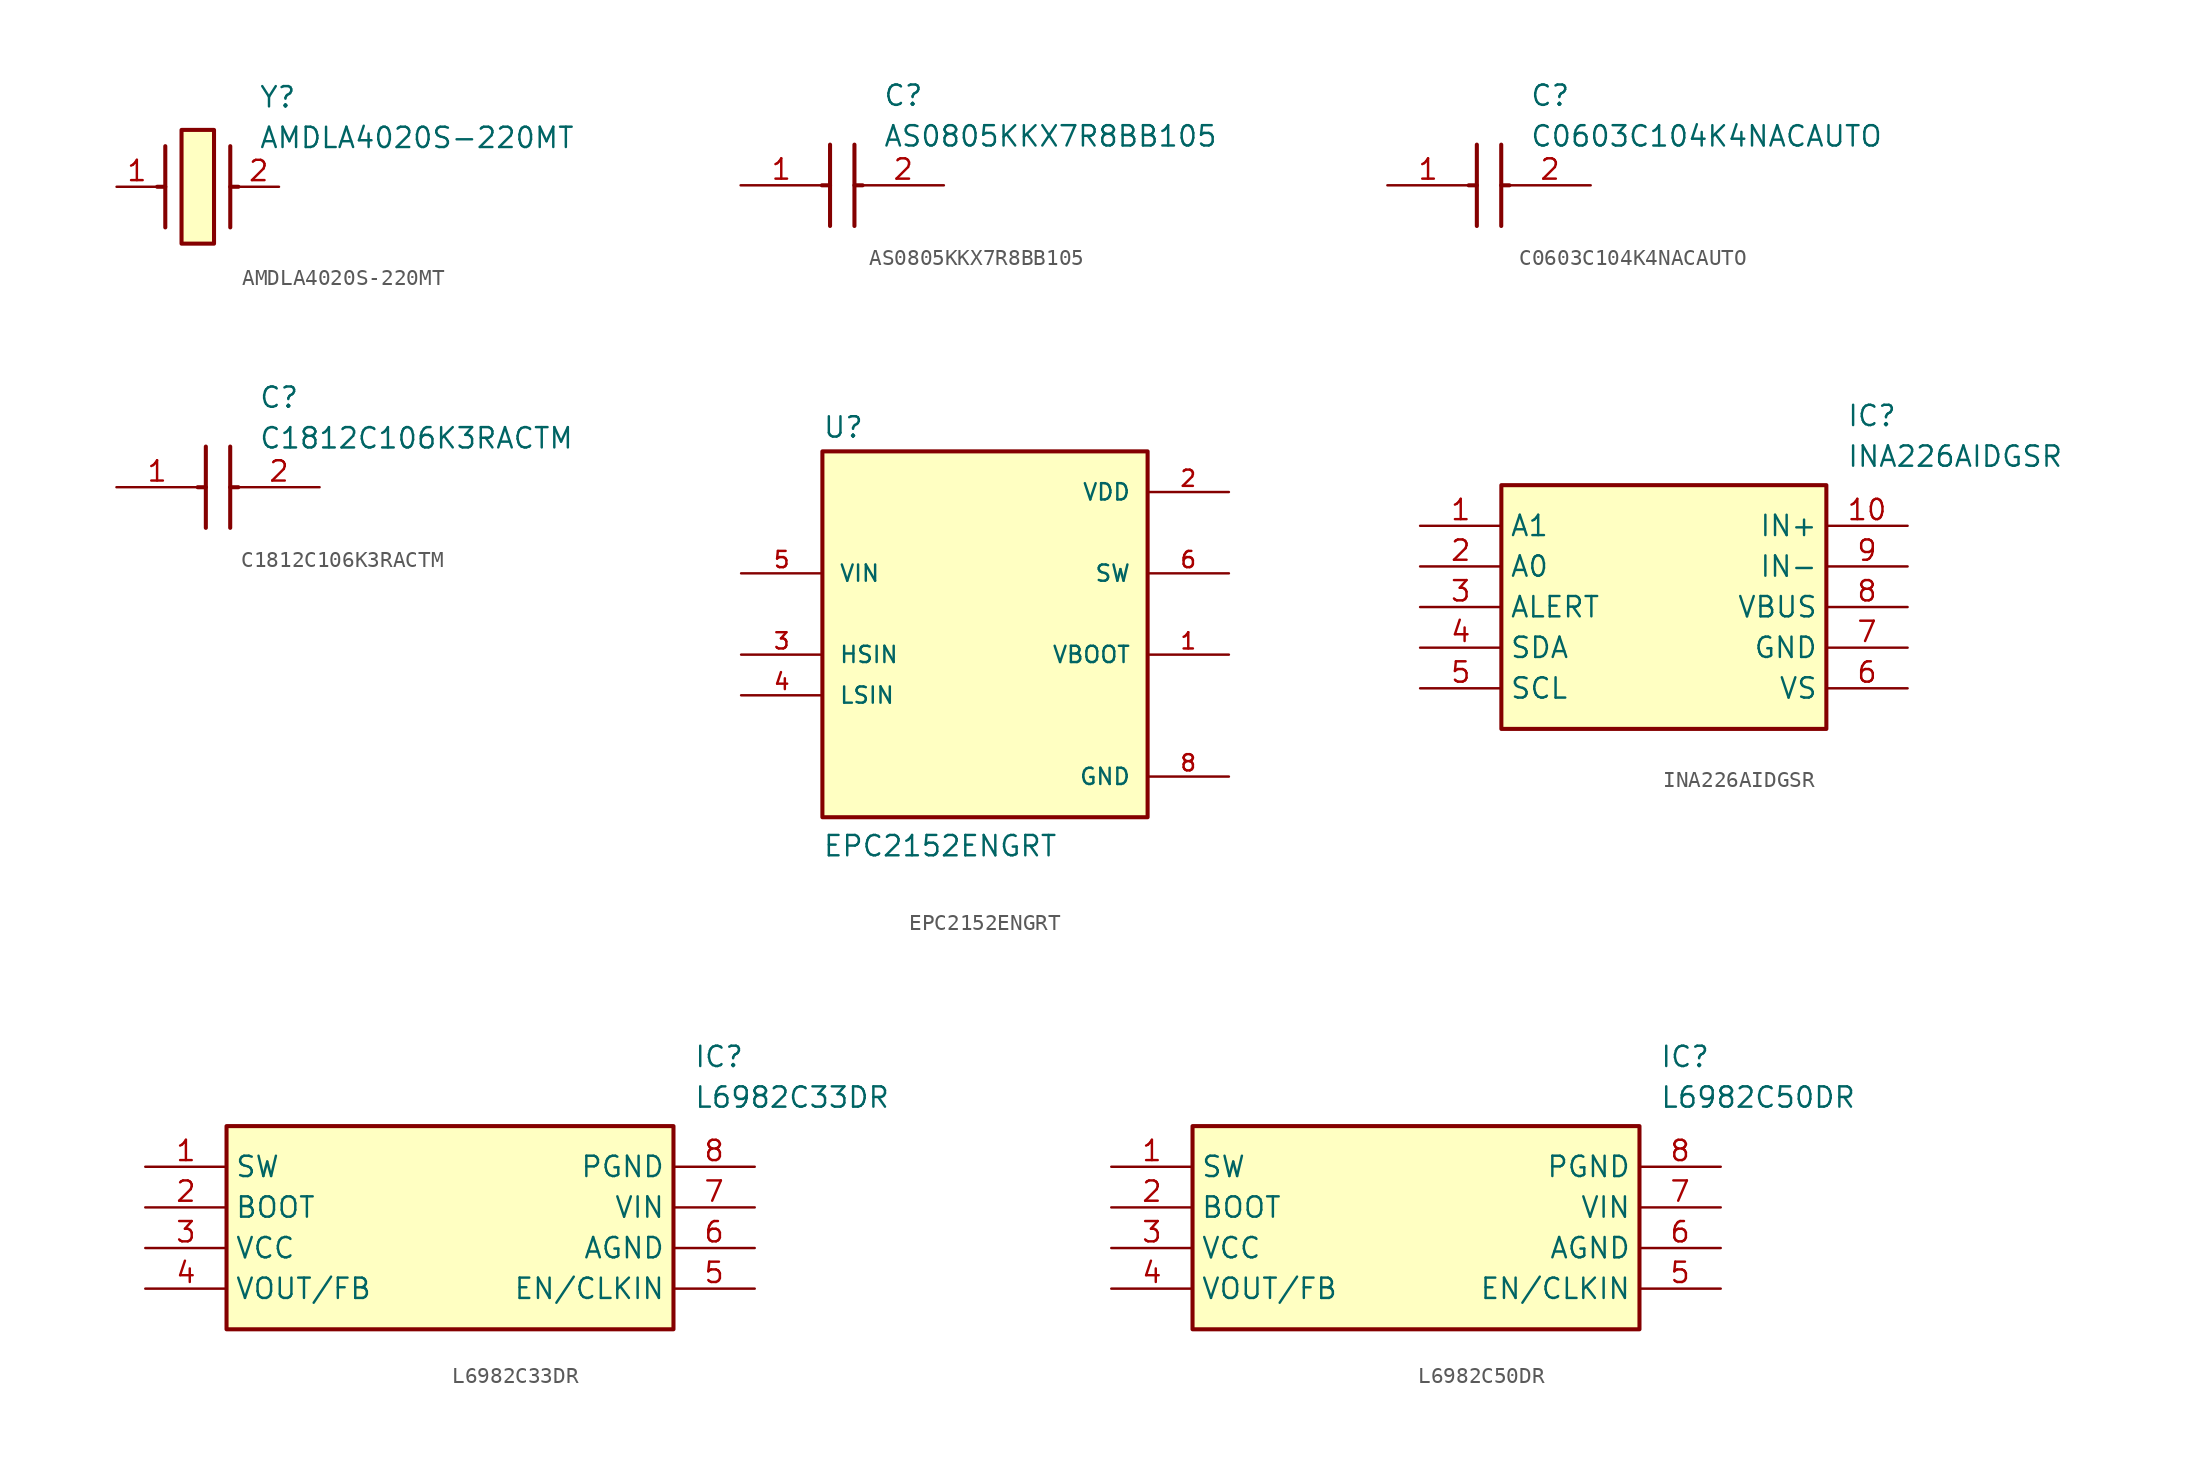
<source format=kicad_sym>
(kicad_symbol_lib
  (version 20241209)
  (generator "kicad_symbol_editor")
  (generator_version "9.0")
  (symbol "AMDLA4020S-220MT"
    (pin_names
      (hide yes))
    (property "Reference" "Y"
      (at 8.89 6.35 0)
      (effects (font (size 1.27 1.27)) (justify left top)))
    (property "Value" "AMDLA4020S-220MT"
      (at 8.89 3.81 0)
      (effects (font (size 1.27 1.27)) (justify left top)))
    (symbol "AMDLA4020S-220MT_1_1"
      (polyline (pts (xy 3.048 2.54) (xy 3.048 -2.54)) (stroke (width 0.254) (type default)) (fill (type none)))
      (polyline (pts (xy 3.048 0) (xy 2.54 0)) (stroke (width 0.254) (type default)) (fill (type none)))
      (rectangle (start 4.064 3.556) (end 6.096 -3.556) (stroke (width 0.254) (type default)) (fill (type background)))
      (polyline (pts (xy 7.112 2.54) (xy 7.112 -2.54)) (stroke (width 0.254) (type default)) (fill (type none)))
      (polyline (pts (xy 7.112 0) (xy 7.62 0)) (stroke (width 0.254) (type default)) (fill (type none)))
      (pin passive line (at 0 0 0) (length 2.54) (name "1" (effects (font (size 1.27 1.27)))) (number "1" (effects (font (size 1.27 1.27)))))
      (pin passive line (at 10.16 0 180) (length 2.54) (name "2" (effects (font (size 1.27 1.27)))) (number "2" (effects (font (size 1.27 1.27)))))))
  (symbol "AS0805KKX7R8BB105"
    (pin_names
      (hide yes))
    (property "Reference" "C"
      (at 8.89 6.35 0)
      (effects (font (size 1.27 1.27)) (justify left top)))
    (property "Value" "AS0805KKX7R8BB105"
      (at 8.89 3.81 0)
      (effects (font (size 1.27 1.27)) (justify left top)))
    (symbol "AS0805KKX7R8BB105_1_1"
      (polyline (pts (xy 5.08 0) (xy 5.588 0)) (stroke (width 0.254) (type default)) (fill (type none)))
      (polyline (pts (xy 5.588 2.54) (xy 5.588 -2.54)) (stroke (width 0.254) (type default)) (fill (type none)))
      (polyline (pts (xy 7.112 2.54) (xy 7.112 -2.54)) (stroke (width 0.254) (type default)) (fill (type none)))
      (polyline (pts (xy 7.112 0) (xy 7.62 0)) (stroke (width 0.254) (type default)) (fill (type none)))
      (pin passive line (at 0 0 0) (length 5.08) (name "1" (effects (font (size 1.27 1.27)))) (number "1" (effects (font (size 1.27 1.27)))))
      (pin passive line (at 12.7 0 180) (length 5.08) (name "2" (effects (font (size 1.27 1.27)))) (number "2" (effects (font (size 1.27 1.27)))))))
  (symbol "C0603C104K4NACAUTO"
    (pin_names
      (hide yes))
    (property "Reference" "C"
      (at 8.89 6.35 0)
      (effects (font (size 1.27 1.27)) (justify left top)))
    (property "Value" "C0603C104K4NACAUTO"
      (at 8.89 3.81 0)
      (effects (font (size 1.27 1.27)) (justify left top)))
    (symbol "C0603C104K4NACAUTO_1_1"
      (polyline (pts (xy 5.08 0) (xy 5.588 0)) (stroke (width 0.254) (type default)) (fill (type none)))
      (polyline (pts (xy 5.588 2.54) (xy 5.588 -2.54)) (stroke (width 0.254) (type default)) (fill (type none)))
      (polyline (pts (xy 7.112 2.54) (xy 7.112 -2.54)) (stroke (width 0.254) (type default)) (fill (type none)))
      (polyline (pts (xy 7.112 0) (xy 7.62 0)) (stroke (width 0.254) (type default)) (fill (type none)))
      (pin passive line (at 0 0 0) (length 5.08) (name "1" (effects (font (size 1.27 1.27)))) (number "1" (effects (font (size 1.27 1.27)))))
      (pin passive line (at 12.7 0 180) (length 5.08) (name "2" (effects (font (size 1.27 1.27)))) (number "2" (effects (font (size 1.27 1.27)))))))
  (symbol "C1812C106K3RACTM"
    (pin_names
      (hide yes))
    (property "Reference" "C"
      (at 8.89 6.35 0)
      (effects (font (size 1.27 1.27)) (justify left top)))
    (property "Value" "C1812C106K3RACTM"
      (at 8.89 3.81 0)
      (effects (font (size 1.27 1.27)) (justify left top)))
    (symbol "C1812C106K3RACTM_1_1"
      (polyline (pts (xy 5.08 0) (xy 5.588 0)) (stroke (width 0.254) (type default)) (fill (type none)))
      (polyline (pts (xy 5.588 2.54) (xy 5.588 -2.54)) (stroke (width 0.254) (type default)) (fill (type none)))
      (polyline (pts (xy 7.112 2.54) (xy 7.112 -2.54)) (stroke (width 0.254) (type default)) (fill (type none)))
      (polyline (pts (xy 7.112 0) (xy 7.62 0)) (stroke (width 0.254) (type default)) (fill (type none)))
      (pin passive line (at 0 0 0) (length 5.08) (name "1" (effects (font (size 1.27 1.27)))) (number "1" (effects (font (size 1.27 1.27)))))
      (pin passive line (at 12.7 0 180) (length 5.08) (name "2" (effects (font (size 1.27 1.27)))) (number "2" (effects (font (size 1.27 1.27)))))))
  (symbol "EPC2152ENGRT"
    (pin_names
      (offset 1.016))
    (property "Reference" "U"
      (at -10.16 10.922 0)
      (effects (font (size 1.27 1.27)) (justify left bottom)))
    (property "Value" "EPC2152ENGRT"
      (at -10.16 -15.24 0)
      (effects (font (size 1.27 1.27)) (justify left bottom)))
    (symbol "EPC2152ENGRT_0_0"
      (rectangle (start -10.16 -12.7) (end 10.16 10.16) (stroke (width 0.254) (type default)) (fill (type background)))
      (pin input line (at -15.24 2.54 0) (length 5.08) (name "VIN" (effects (font (size 1.016 1.016)))) (number "5" (effects (font (size 1.016 1.016)))))
      (pin input line (at -15.24 2.54 0) (length 5.08) (hide yes) (name "VIN" (effects (font (size 1.016 1.016)))) (number "9" (effects (font (size 1.016 1.016)))))
      (pin input line (at -15.24 -2.54 0) (length 5.08) (name "HSIN" (effects (font (size 1.016 1.016)))) (number "3" (effects (font (size 1.016 1.016)))))
      (pin input line (at -15.24 -5.08 0) (length 5.08) (name "LSIN" (effects (font (size 1.016 1.016)))) (number "4" (effects (font (size 1.016 1.016)))))
      (pin power_in line (at 15.24 7.62 180) (length 5.08) (name "VDD" (effects (font (size 1.016 1.016)))) (number "2" (effects (font (size 1.016 1.016)))))
      (pin output line (at 15.24 2.54 180) (length 5.08) (hide yes) (name "SW" (effects (font (size 1.016 1.016)))) (number "10" (effects (font (size 1.016 1.016)))))
      (pin output line (at 15.24 2.54 180) (length 5.08) (hide yes) (name "SW" (effects (font (size 1.016 1.016)))) (number "11" (effects (font (size 1.016 1.016)))))
      (pin output line (at 15.24 2.54 180) (length 5.08) (name "SW" (effects (font (size 1.016 1.016)))) (number "6" (effects (font (size 1.016 1.016)))))
      (pin output line (at 15.24 2.54 180) (length 5.08) (hide yes) (name "SW" (effects (font (size 1.016 1.016)))) (number "7" (effects (font (size 1.016 1.016)))))
      (pin passive line (at 15.24 -2.54 180) (length 5.08) (name "VBOOT" (effects (font (size 1.016 1.016)))) (number "1" (effects (font (size 1.016 1.016)))))
      (pin power_in line (at 15.24 -10.16 180) (length 5.08) (hide yes) (name "GND" (effects (font (size 1.016 1.016)))) (number "12" (effects (font (size 1.016 1.016)))))
      (pin power_in line (at 15.24 -10.16 180) (length 5.08) (name "GND" (effects (font (size 1.016 1.016)))) (number "8" (effects (font (size 1.016 1.016)))))))
  (symbol "INA226AIDGSR"
    (property "Reference" "IC"
      (at 26.67 7.62 0)
      (effects (font (size 1.27 1.27)) (justify left top)))
    (property "Value" "INA226AIDGSR"
      (at 26.67 5.08 0)
      (effects (font (size 1.27 1.27)) (justify left top)))
    (symbol "INA226AIDGSR_1_1"
      (rectangle (start 5.08 2.54) (end 25.4 -12.7) (stroke (width 0.254) (type default)) (fill (type background)))
      (pin passive line (at 0 0 0) (length 5.08) (name "A1" (effects (font (size 1.27 1.27)))) (number "1" (effects (font (size 1.27 1.27)))))
      (pin passive line (at 0 -2.54 0) (length 5.08) (name "A0" (effects (font (size 1.27 1.27)))) (number "2" (effects (font (size 1.27 1.27)))))
      (pin passive line (at 0 -5.08 0) (length 5.08) (name "ALERT" (effects (font (size 1.27 1.27)))) (number "3" (effects (font (size 1.27 1.27)))))
      (pin passive line (at 0 -7.62 0) (length 5.08) (name "SDA" (effects (font (size 1.27 1.27)))) (number "4" (effects (font (size 1.27 1.27)))))
      (pin passive line (at 0 -10.16 0) (length 5.08) (name "SCL" (effects (font (size 1.27 1.27)))) (number "5" (effects (font (size 1.27 1.27)))))
      (pin passive line (at 30.48 0 180) (length 5.08) (name "IN+" (effects (font (size 1.27 1.27)))) (number "10" (effects (font (size 1.27 1.27)))))
      (pin passive line (at 30.48 -2.54 180) (length 5.08) (name "IN-" (effects (font (size 1.27 1.27)))) (number "9" (effects (font (size 1.27 1.27)))))
      (pin passive line (at 30.48 -5.08 180) (length 5.08) (name "VBUS" (effects (font (size 1.27 1.27)))) (number "8" (effects (font (size 1.27 1.27)))))
      (pin passive line (at 30.48 -7.62 180) (length 5.08) (name "GND" (effects (font (size 1.27 1.27)))) (number "7" (effects (font (size 1.27 1.27)))))
      (pin passive line (at 30.48 -10.16 180) (length 5.08) (name "VS" (effects (font (size 1.27 1.27)))) (number "6" (effects (font (size 1.27 1.27)))))))
  (symbol "L6982C33DR"
    (property "Reference" "IC"
      (at 34.29 7.62 0)
      (effects (font (size 1.27 1.27)) (justify left top)))
    (property "Value" "L6982C33DR"
      (at 34.29 5.08 0)
      (effects (font (size 1.27 1.27)) (justify left top)))
    (symbol "L6982C33DR_1_1"
      (rectangle (start 5.08 2.54) (end 33.02 -10.16) (stroke (width 0.254) (type default)) (fill (type background)))
      (pin passive line (at 0 0 0) (length 5.08) (name "SW" (effects (font (size 1.27 1.27)))) (number "1" (effects (font (size 1.27 1.27)))))
      (pin passive line (at 0 -2.54 0) (length 5.08) (name "BOOT" (effects (font (size 1.27 1.27)))) (number "2" (effects (font (size 1.27 1.27)))))
      (pin passive line (at 0 -5.08 0) (length 5.08) (name "VCC" (effects (font (size 1.27 1.27)))) (number "3" (effects (font (size 1.27 1.27)))))
      (pin passive line (at 0 -7.62 0) (length 5.08) (name "VOUT/FB" (effects (font (size 1.27 1.27)))) (number "4" (effects (font (size 1.27 1.27)))))
      (pin passive line (at 38.1 0 180) (length 5.08) (name "PGND" (effects (font (size 1.27 1.27)))) (number "8" (effects (font (size 1.27 1.27)))))
      (pin passive line (at 38.1 -2.54 180) (length 5.08) (name "VIN" (effects (font (size 1.27 1.27)))) (number "7" (effects (font (size 1.27 1.27)))))
      (pin passive line (at 38.1 -5.08 180) (length 5.08) (name "AGND" (effects (font (size 1.27 1.27)))) (number "6" (effects (font (size 1.27 1.27)))))
      (pin passive line (at 38.1 -7.62 180) (length 5.08) (name "EN/CLKIN" (effects (font (size 1.27 1.27)))) (number "5" (effects (font (size 1.27 1.27)))))))
  (symbol "L6982C50DR"
    (property "Reference" "IC"
      (at 34.29 7.62 0)
      (effects (font (size 1.27 1.27)) (justify left top)))
    (property "Value" "L6982C50DR"
      (at 34.29 5.08 0)
      (effects (font (size 1.27 1.27)) (justify left top)))
    (symbol "L6982C50DR_1_1"
      (rectangle (start 5.08 2.54) (end 33.02 -10.16) (stroke (width 0.254) (type default)) (fill (type background)))
      (pin passive line (at 0 0 0) (length 5.08) (name "SW" (effects (font (size 1.27 1.27)))) (number "1" (effects (font (size 1.27 1.27)))))
      (pin passive line (at 0 -2.54 0) (length 5.08) (name "BOOT" (effects (font (size 1.27 1.27)))) (number "2" (effects (font (size 1.27 1.27)))))
      (pin passive line (at 0 -5.08 0) (length 5.08) (name "VCC" (effects (font (size 1.27 1.27)))) (number "3" (effects (font (size 1.27 1.27)))))
      (pin passive line (at 0 -7.62 0) (length 5.08) (name "VOUT/FB" (effects (font (size 1.27 1.27)))) (number "4" (effects (font (size 1.27 1.27)))))
      (pin passive line (at 38.1 0 180) (length 5.08) (name "PGND" (effects (font (size 1.27 1.27)))) (number "8" (effects (font (size 1.27 1.27)))))
      (pin passive line (at 38.1 -2.54 180) (length 5.08) (name "VIN" (effects (font (size 1.27 1.27)))) (number "7" (effects (font (size 1.27 1.27)))))
      (pin passive line (at 38.1 -5.08 180) (length 5.08) (name "AGND" (effects (font (size 1.27 1.27)))) (number "6" (effects (font (size 1.27 1.27)))))
      (pin passive line (at 38.1 -7.62 180) (length 5.08) (name "EN/CLKIN" (effects (font (size 1.27 1.27)))) (number "5" (effects (font (size 1.27 1.27))))))))
</source>
